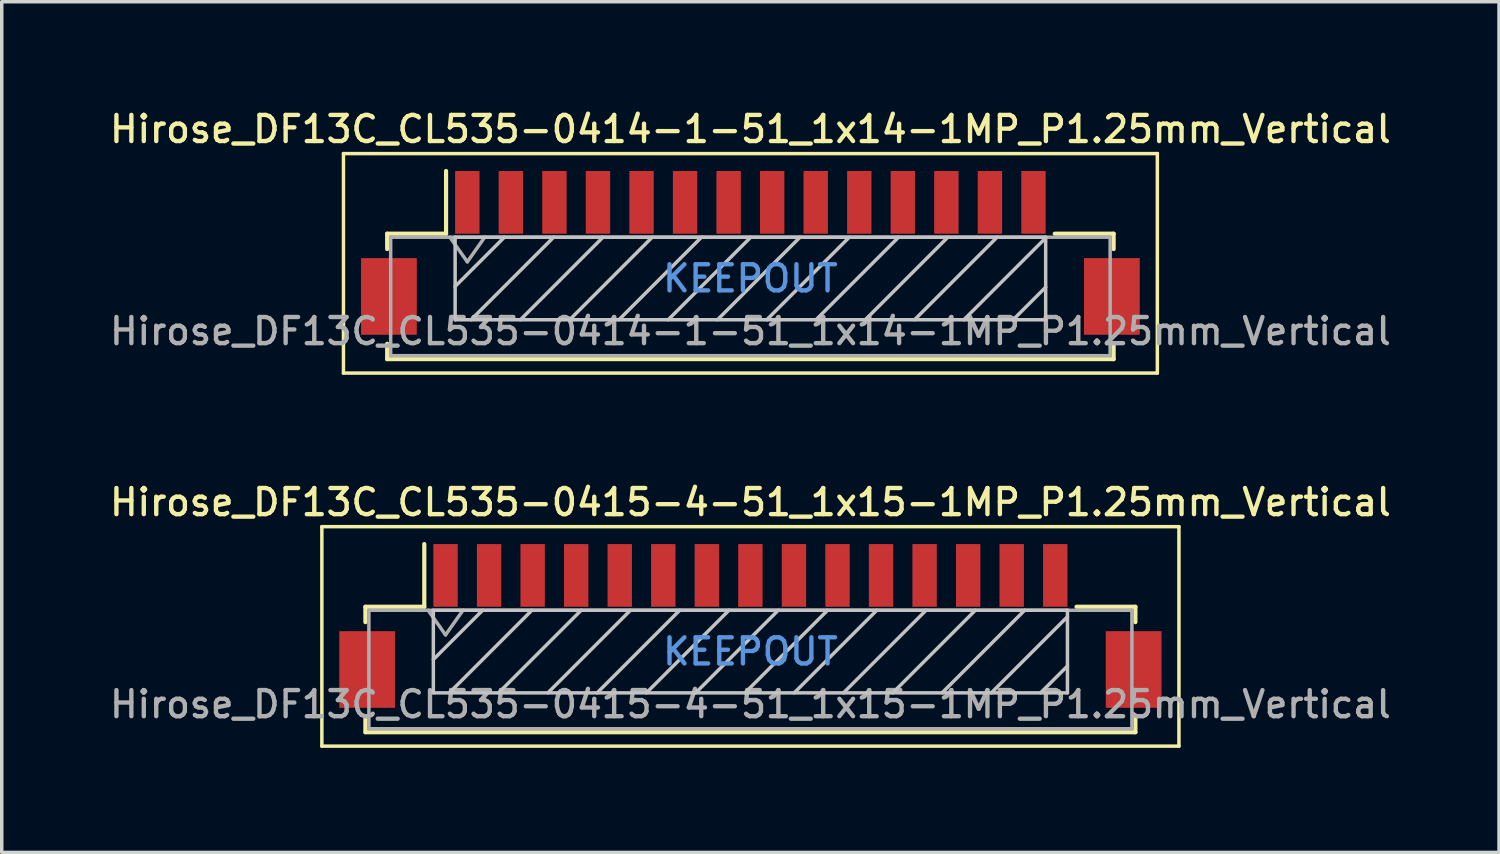
<source format=kicad_pcb>
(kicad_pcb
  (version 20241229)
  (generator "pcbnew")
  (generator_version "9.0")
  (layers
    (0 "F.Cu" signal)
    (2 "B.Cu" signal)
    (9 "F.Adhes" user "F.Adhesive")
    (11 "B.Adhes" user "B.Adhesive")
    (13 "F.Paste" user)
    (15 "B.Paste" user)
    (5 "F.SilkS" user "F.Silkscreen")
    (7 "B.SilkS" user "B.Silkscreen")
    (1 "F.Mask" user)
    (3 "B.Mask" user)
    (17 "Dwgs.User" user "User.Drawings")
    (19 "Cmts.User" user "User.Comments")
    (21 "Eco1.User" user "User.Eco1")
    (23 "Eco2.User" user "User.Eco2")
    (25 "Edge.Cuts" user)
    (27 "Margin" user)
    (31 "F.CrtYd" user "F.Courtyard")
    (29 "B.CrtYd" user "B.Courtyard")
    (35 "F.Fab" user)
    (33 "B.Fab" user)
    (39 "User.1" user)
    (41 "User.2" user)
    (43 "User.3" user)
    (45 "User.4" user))
  (footprint "Hirose_DF13C_CL535-0414-1-51_1x14-1MP_P1.25mm_Vertical"
    (layer "F.Cu")
    (at 18.488 4.208)
    (property "Reference" "Hirose_DF13C_CL535-0414-1-51_1x14-1MP_P1.25mm_Vertical" (at 0 -3.55 0) (layer "F.SilkS") (effects (font (size 0.75 0.75) (thickness 0.125))))
    (attr smd)
    (fp_line (start -11.68 -2.85) (end -11.68 3.45) (stroke (width 0.1) (type solid)) (layer "F.SilkS"))
    (fp_line (start -11.68 3.45) (end 11.68 3.45) (stroke (width 0.1) (type solid)) (layer "F.SilkS"))
    (fp_line (start -10.425 -0.55) (end -10.425 -0.11) (stroke (width 0.12) (type solid)) (layer "F.SilkS"))
    (fp_line (start -10.425 2.61) (end -10.425 3.05) (stroke (width 0.12) (type solid)) (layer "F.SilkS"))
    (fp_line (start -10.425 3.05) (end 10.425 3.05) (stroke (width 0.12) (type solid)) (layer "F.SilkS"))
    (fp_line (start -8.735 -0.55) (end -10.425 -0.55) (stroke (width 0.12) (type solid)) (layer "F.SilkS"))
    (fp_line (start -8.735 -0.55) (end -8.735 -2.35) (stroke (width 0.12) (type solid)) (layer "F.SilkS"))
    (fp_line (start 8.735 -0.55) (end 10.425 -0.55) (stroke (width 0.12) (type solid)) (layer "F.SilkS"))
    (fp_line (start 10.425 -0.55) (end 10.425 -0.11) (stroke (width 0.12) (type solid)) (layer "F.SilkS"))
    (fp_line (start 10.425 3.05) (end 10.425 2.61) (stroke (width 0.12) (type solid)) (layer "F.SilkS"))
    (fp_line (start 11.68 -2.85) (end -11.68 -2.85) (stroke (width 0.1) (type solid)) (layer "F.SilkS"))
    (fp_line (start 11.68 3.45) (end 11.68 -2.85) (stroke (width 0.1) (type solid)) (layer "F.SilkS"))
    (fp_line (start -8.475 -0.45) (end -8.475 1.92) (stroke (width 0.1) (type solid)) (layer "Dwgs.User"))
    (fp_line (start -8.475 1.92) (end 8.475 1.92) (stroke (width 0.1) (type solid)) (layer "Dwgs.User"))
    (fp_line (start -7.061 -0.45) (end -8.475 0.964) (stroke (width 0.1) (type solid)) (layer "Dwgs.User"))
    (fp_line (start -5.647 -0.45) (end -8.017 1.92) (stroke (width 0.1) (type solid)) (layer "Dwgs.User"))
    (fp_line (start -4.232 -0.45) (end -6.602 1.92) (stroke (width 0.1) (type solid)) (layer "Dwgs.User"))
    (fp_line (start -2.818 -0.45) (end -5.188 1.92) (stroke (width 0.1) (type solid)) (layer "Dwgs.User"))
    (fp_line (start -1.404 -0.45) (end -3.774 1.92) (stroke (width 0.1) (type solid)) (layer "Dwgs.User"))
    (fp_line (start 0.01 -0.45) (end -2.36 1.92) (stroke (width 0.1) (type solid)) (layer "Dwgs.User"))
    (fp_line (start 1.424 -0.45) (end -0.946 1.92) (stroke (width 0.1) (type solid)) (layer "Dwgs.User"))
    (fp_line (start 2.839 -0.45) (end 0.469 1.92) (stroke (width 0.1) (type solid)) (layer "Dwgs.User"))
    (fp_line (start 4.253 -0.45) (end 1.883 1.92) (stroke (width 0.1) (type solid)) (layer "Dwgs.User"))
    (fp_line (start 5.667 -0.45) (end 3.297 1.92) (stroke (width 0.1) (type solid)) (layer "Dwgs.User"))
    (fp_line (start 7.081 -0.45) (end 4.711 1.92) (stroke (width 0.1) (type solid)) (layer "Dwgs.User"))
    (fp_line (start 8.475 -0.45) (end -8.475 -0.45) (stroke (width 0.1) (type solid)) (layer "Dwgs.User"))
    (fp_line (start 8.475 -0.429) (end 6.126 1.92) (stroke (width 0.1) (type solid)) (layer "Dwgs.User"))
    (fp_line (start 8.475 0.985) (end 7.54 1.92) (stroke (width 0.1) (type solid)) (layer "Dwgs.User"))
    (fp_line (start 8.475 1.92) (end 8.475 -0.45) (stroke (width 0.1) (type solid)) (layer "Dwgs.User"))
    (fp_line (start -10.325 -0.45) (end -10.325 2.95) (stroke (width 0.1) (type solid)) (layer "F.Fab"))
    (fp_line (start -10.325 2.95) (end 10.325 2.95) (stroke (width 0.1) (type solid)) (layer "F.Fab"))
    (fp_line (start -8.625 -0.45) (end -8.125 0.257) (stroke (width 0.1) (type solid)) (layer "F.Fab"))
    (fp_line (start -8.125 0.257) (end -7.625 -0.45) (stroke (width 0.1) (type solid)) (layer "F.Fab"))
    (fp_line (start 10.325 -0.45) (end -10.325 -0.45) (stroke (width 0.1) (type solid)) (layer "F.Fab"))
    (fp_line (start 10.325 2.95) (end 10.325 -0.45) (stroke (width 0.1) (type solid)) (layer "F.Fab"))
    (fp_text user "KEEPOUT" (at 0 0.735 0) (layer "Cmts.User") (effects (font (size 0.75 0.75) (thickness 0.125))))
    (fp_text user "${REFERENCE}" (at 0 2.25 0) (layer "F.Fab") (effects (font (size 0.75 0.75) (thickness 0.125))))
    (pad "1" smd rect (at -8.125 -1.45) (size 0.7 1.8) (layers "F.Cu" "F.Mask" "F.Paste"))
    (pad "2" smd rect (at -6.875 -1.45) (size 0.7 1.8) (layers "F.Cu" "F.Mask" "F.Paste"))
    (pad "3" smd rect (at -5.625 -1.45) (size 0.7 1.8) (layers "F.Cu" "F.Mask" "F.Paste"))
    (pad "4" smd rect (at -4.375 -1.45) (size 0.7 1.8) (layers "F.Cu" "F.Mask" "F.Paste"))
    (pad "5" smd rect (at -3.125 -1.45) (size 0.7 1.8) (layers "F.Cu" "F.Mask" "F.Paste"))
    (pad "6" smd rect (at -1.875 -1.45) (size 0.7 1.8) (layers "F.Cu" "F.Mask" "F.Paste"))
    (pad "7" smd rect (at -0.625 -1.45) (size 0.7 1.8) (layers "F.Cu" "F.Mask" "F.Paste"))
    (pad "8" smd rect (at 0.625 -1.45) (size 0.7 1.8) (layers "F.Cu" "F.Mask" "F.Paste"))
    (pad "9" smd rect (at 1.875 -1.45) (size 0.7 1.8) (layers "F.Cu" "F.Mask" "F.Paste"))
    (pad "10" smd rect (at 3.125 -1.45) (size 0.7 1.8) (layers "F.Cu" "F.Mask" "F.Paste"))
    (pad "11" smd rect (at 4.375 -1.45) (size 0.7 1.8) (layers "F.Cu" "F.Mask" "F.Paste"))
    (pad "12" smd rect (at 5.625 -1.45) (size 0.7 1.8) (layers "F.Cu" "F.Mask" "F.Paste"))
    (pad "13" smd rect (at 6.875 -1.45) (size 0.7 1.8) (layers "F.Cu" "F.Mask" "F.Paste"))
    (pad "14" smd rect (at 8.125 -1.45) (size 0.7 1.8) (layers "F.Cu" "F.Mask" "F.Paste"))
    (pad "MP" smd rect (at -10.375 1.25) (size 1.6 2.2) (layers "F.Cu" "F.Mask" "F.Paste"))
    (pad "MP" smd rect (at 10.375 1.25) (size 1.6 2.2) (layers "F.Cu" "F.Mask" "F.Paste")))
  (footprint "Hirose_DF13C_CL535-0415-4-51_1x15-1MP_P1.25mm_Vertical"
    (layer "F.Cu")
    (at 18.488 14.916)
    (property "Reference" "Hirose_DF13C_CL535-0415-4-51_1x15-1MP_P1.25mm_Vertical" (at 0 -3.55 0) (layer "F.SilkS") (effects (font (size 0.75 0.75) (thickness 0.125))))
    (attr smd)
    (fp_line (start -12.3 -2.85) (end -12.3 3.45) (stroke (width 0.1) (type solid)) (layer "F.SilkS"))
    (fp_line (start -12.3 3.45) (end 12.3 3.45) (stroke (width 0.1) (type solid)) (layer "F.SilkS"))
    (fp_line (start -11.05 -0.55) (end -11.05 -0.11) (stroke (width 0.12) (type solid)) (layer "F.SilkS"))
    (fp_line (start -11.05 2.61) (end -11.05 3.05) (stroke (width 0.12) (type solid)) (layer "F.SilkS"))
    (fp_line (start -11.05 3.05) (end 11.05 3.05) (stroke (width 0.12) (type solid)) (layer "F.SilkS"))
    (fp_line (start -9.36 -0.55) (end -11.05 -0.55) (stroke (width 0.12) (type solid)) (layer "F.SilkS"))
    (fp_line (start -9.36 -0.55) (end -9.36 -2.35) (stroke (width 0.12) (type solid)) (layer "F.SilkS"))
    (fp_line (start 9.36 -0.55) (end 11.05 -0.55) (stroke (width 0.12) (type solid)) (layer "F.SilkS"))
    (fp_line (start 11.05 -0.55) (end 11.05 -0.11) (stroke (width 0.12) (type solid)) (layer "F.SilkS"))
    (fp_line (start 11.05 3.05) (end 11.05 2.61) (stroke (width 0.12) (type solid)) (layer "F.SilkS"))
    (fp_line (start 12.3 -2.85) (end -12.3 -2.85) (stroke (width 0.1) (type solid)) (layer "F.SilkS"))
    (fp_line (start 12.3 3.45) (end 12.3 -2.85) (stroke (width 0.1) (type solid)) (layer "F.SilkS"))
    (fp_line (start -9.1 -0.45) (end -9.1 1.92) (stroke (width 0.1) (type solid)) (layer "Dwgs.User"))
    (fp_line (start -9.1 1.92) (end 9.1 1.92) (stroke (width 0.1) (type solid)) (layer "Dwgs.User"))
    (fp_line (start -7.686 -0.45) (end -9.1 0.964) (stroke (width 0.1) (type solid)) (layer "Dwgs.User"))
    (fp_line (start -6.272 -0.45) (end -8.642 1.92) (stroke (width 0.1) (type solid)) (layer "Dwgs.User"))
    (fp_line (start -4.857 -0.45) (end -7.227 1.92) (stroke (width 0.1) (type solid)) (layer "Dwgs.User"))
    (fp_line (start -3.443 -0.45) (end -5.813 1.92) (stroke (width 0.1) (type solid)) (layer "Dwgs.User"))
    (fp_line (start -2.029 -0.45) (end -4.399 1.92) (stroke (width 0.1) (type solid)) (layer "Dwgs.User"))
    (fp_line (start -0.615 -0.45) (end -2.985 1.92) (stroke (width 0.1) (type solid)) (layer "Dwgs.User"))
    (fp_line (start 0.799 -0.45) (end -1.571 1.92) (stroke (width 0.1) (type solid)) (layer "Dwgs.User"))
    (fp_line (start 2.214 -0.45) (end -0.156 1.92) (stroke (width 0.1) (type solid)) (layer "Dwgs.User"))
    (fp_line (start 3.628 -0.45) (end 1.258 1.92) (stroke (width 0.1) (type solid)) (layer "Dwgs.User"))
    (fp_line (start 5.042 -0.45) (end 2.672 1.92) (stroke (width 0.1) (type solid)) (layer "Dwgs.User"))
    (fp_line (start 6.456 -0.45) (end 4.086 1.92) (stroke (width 0.1) (type solid)) (layer "Dwgs.User"))
    (fp_line (start 7.871 -0.45) (end 5.501 1.92) (stroke (width 0.1) (type solid)) (layer "Dwgs.User"))
    (fp_line (start 9.1 -0.45) (end -9.1 -0.45) (stroke (width 0.1) (type solid)) (layer "Dwgs.User"))
    (fp_line (start 9.1 -0.265) (end 6.915 1.92) (stroke (width 0.1) (type solid)) (layer "Dwgs.User"))
    (fp_line (start 9.1 1.149) (end 8.329 1.92) (stroke (width 0.1) (type solid)) (layer "Dwgs.User"))
    (fp_line (start 9.1 1.92) (end 9.1 -0.45) (stroke (width 0.1) (type solid)) (layer "Dwgs.User"))
    (fp_line (start -10.95 -0.45) (end -10.95 2.95) (stroke (width 0.1) (type solid)) (layer "F.Fab"))
    (fp_line (start -10.95 2.95) (end 10.95 2.95) (stroke (width 0.1) (type solid)) (layer "F.Fab"))
    (fp_line (start -9.25 -0.45) (end -8.75 0.257) (stroke (width 0.1) (type solid)) (layer "F.Fab"))
    (fp_line (start -8.75 0.257) (end -8.25 -0.45) (stroke (width 0.1) (type solid)) (layer "F.Fab"))
    (fp_line (start 10.95 -0.45) (end -10.95 -0.45) (stroke (width 0.1) (type solid)) (layer "F.Fab"))
    (fp_line (start 10.95 2.95) (end 10.95 -0.45) (stroke (width 0.1) (type solid)) (layer "F.Fab"))
    (fp_text user "KEEPOUT" (at 0 0.735 0) (layer "Cmts.User") (effects (font (size 0.75 0.75) (thickness 0.125))))
    (fp_text user "${REFERENCE}" (at 0 2.25 0) (layer "F.Fab") (effects (font (size 0.75 0.75) (thickness 0.125))))
    (pad "1" smd rect (at -8.75 -1.45) (size 0.7 1.8) (layers "F.Cu" "F.Mask" "F.Paste"))
    (pad "2" smd rect (at -7.5 -1.45) (size 0.7 1.8) (layers "F.Cu" "F.Mask" "F.Paste"))
    (pad "3" smd rect (at -6.25 -1.45) (size 0.7 1.8) (layers "F.Cu" "F.Mask" "F.Paste"))
    (pad "4" smd rect (at -5 -1.45) (size 0.7 1.8) (layers "F.Cu" "F.Mask" "F.Paste"))
    (pad "5" smd rect (at -3.75 -1.45) (size 0.7 1.8) (layers "F.Cu" "F.Mask" "F.Paste"))
    (pad "6" smd rect (at -2.5 -1.45) (size 0.7 1.8) (layers "F.Cu" "F.Mask" "F.Paste"))
    (pad "7" smd rect (at -1.25 -1.45) (size 0.7 1.8) (layers "F.Cu" "F.Mask" "F.Paste"))
    (pad "8" smd rect (at 0 -1.45) (size 0.7 1.8) (layers "F.Cu" "F.Mask" "F.Paste"))
    (pad "9" smd rect (at 1.25 -1.45) (size 0.7 1.8) (layers "F.Cu" "F.Mask" "F.Paste"))
    (pad "10" smd rect (at 2.5 -1.45) (size 0.7 1.8) (layers "F.Cu" "F.Mask" "F.Paste"))
    (pad "11" smd rect (at 3.75 -1.45) (size 0.7 1.8) (layers "F.Cu" "F.Mask" "F.Paste"))
    (pad "12" smd rect (at 5 -1.45) (size 0.7 1.8) (layers "F.Cu" "F.Mask" "F.Paste"))
    (pad "13" smd rect (at 6.25 -1.45) (size 0.7 1.8) (layers "F.Cu" "F.Mask" "F.Paste"))
    (pad "14" smd rect (at 7.5 -1.45) (size 0.7 1.8) (layers "F.Cu" "F.Mask" "F.Paste"))
    (pad "15" smd rect (at 8.75 -1.45) (size 0.7 1.8) (layers "F.Cu" "F.Mask" "F.Paste"))
    (pad "MP" smd rect (at -11 1.25) (size 1.6 2.2) (layers "F.Cu" "F.Mask" "F.Paste"))
    (pad "MP" smd rect (at 11 1.25) (size 1.6 2.2) (layers "F.Cu" "F.Mask" "F.Paste")))
  (gr_rect
    (start -3 -3)
    (end 39.975 21.416)
    (stroke (width 0.1) (type default))
    (fill no)
    (layer "Edge.Cuts")))
</source>
